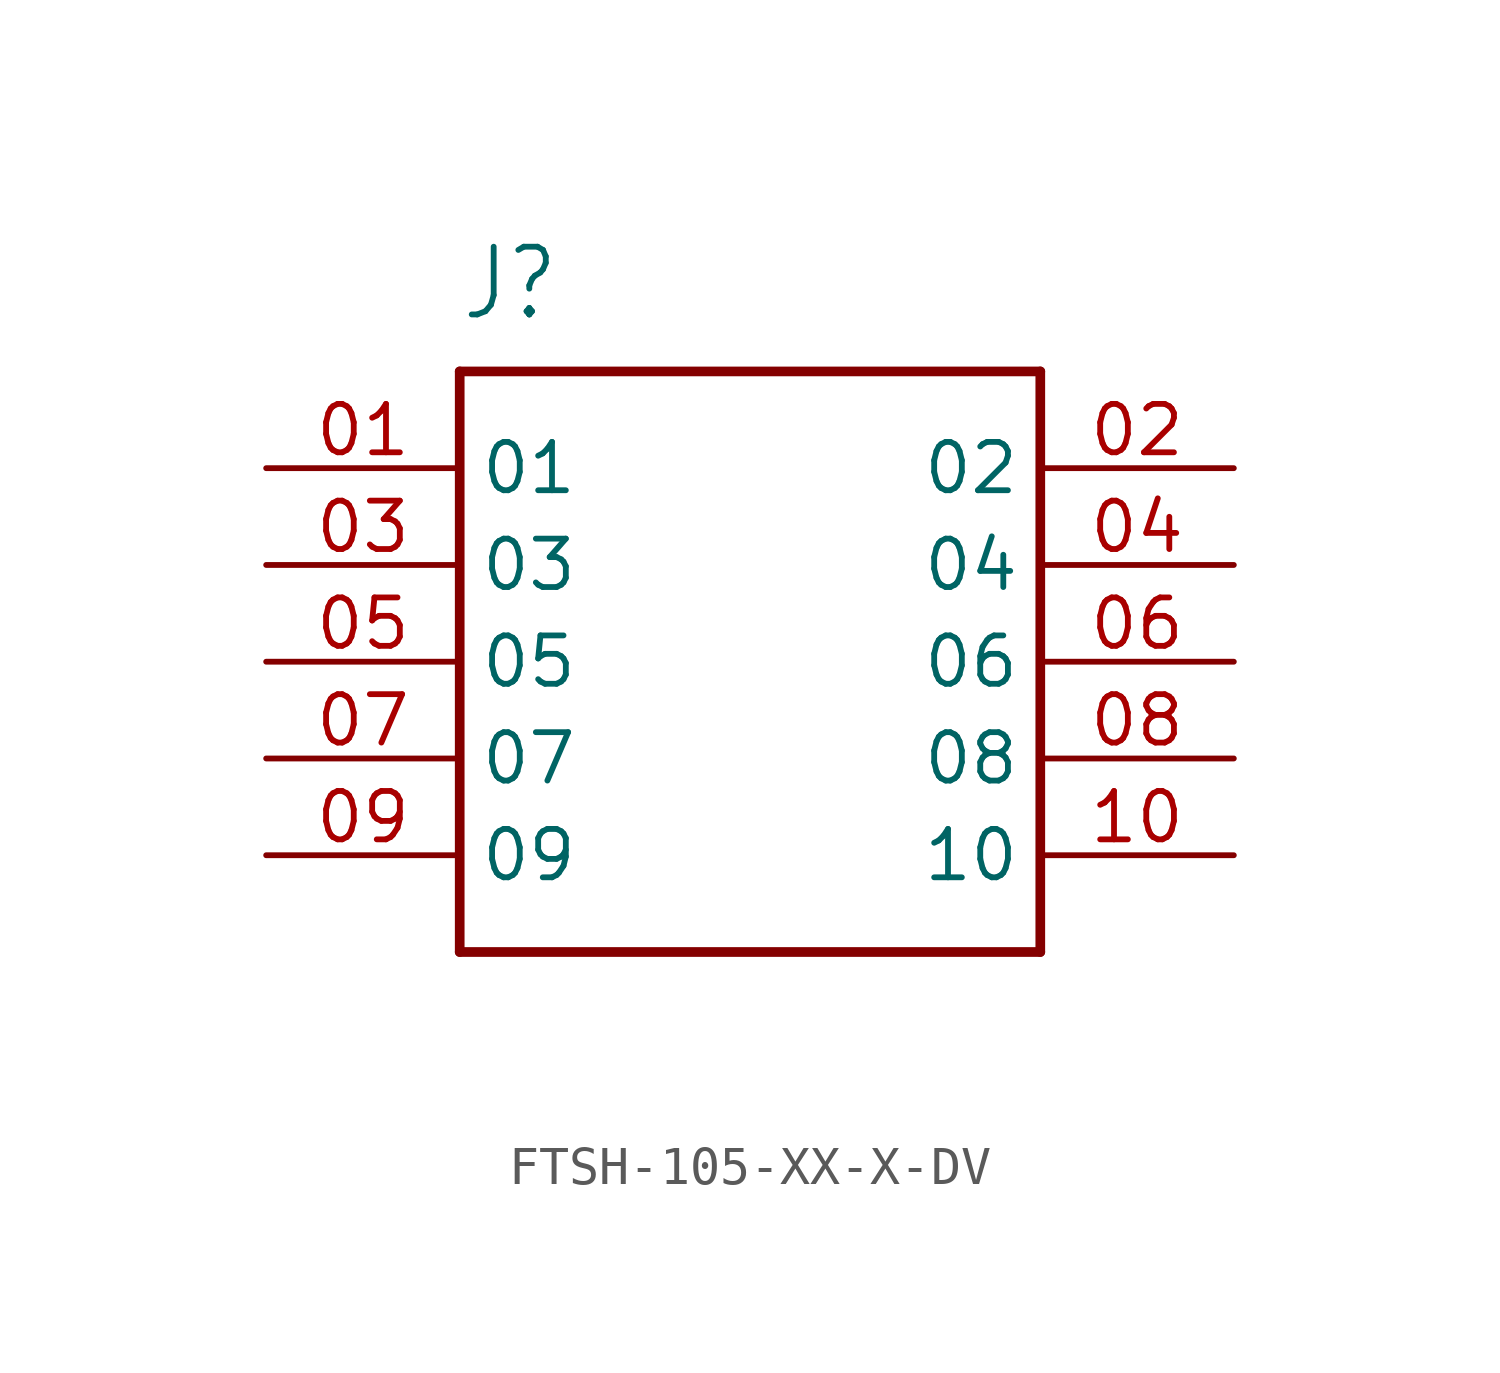
<source format=kicad_sym>
(kicad_symbol_lib
  (version 20231120)
  (generator "kicad_symbol_editor")
  (generator_version "8.0")
  (symbol "FTSH-105-XX-X-DV"
    (property "Reference" "J"
      (at -7.62 8.89 0)
      (effects (font (size 1.778 1.511)) (justify left bottom)))
    (property "Value" ""
      (at -7.62 -10.16 0)
      (effects (font (size 1.778 1.511)) (justify left bottom)))
    (property "ki_locked" ""
      (at 0 0 0)
      (effects (font (size 1.27 1.27))))
    (symbol "FTSH-105-XX-X-DV_1_0"
      (polyline (pts (xy -7.62 -7.62) (xy -7.62 7.62)) (stroke (width 0.254) (type solid)) (fill (type none)))
      (polyline (pts (xy -7.62 7.62) (xy 7.62 7.62)) (stroke (width 0.254) (type solid)) (fill (type none)))
      (polyline (pts (xy 7.62 -7.62) (xy -7.62 -7.62)) (stroke (width 0.254) (type solid)) (fill (type none)))
      (polyline (pts (xy 7.62 7.62) (xy 7.62 -7.62)) (stroke (width 0.254) (type solid)) (fill (type none)))
      (pin passive line (at -12.7 5.08 0) (length 5.08) (name "01" (effects (font (size 1.27 1.27)))) (number "01" (effects (font (size 1.27 1.27)))))
      (pin passive line (at 12.7 5.08 180) (length 5.08) (name "02" (effects (font (size 1.27 1.27)))) (number "02" (effects (font (size 1.27 1.27)))))
      (pin passive line (at -12.7 2.54 0) (length 5.08) (name "03" (effects (font (size 1.27 1.27)))) (number "03" (effects (font (size 1.27 1.27)))))
      (pin passive line (at 12.7 2.54 180) (length 5.08) (name "04" (effects (font (size 1.27 1.27)))) (number "04" (effects (font (size 1.27 1.27)))))
      (pin passive line (at -12.7 0 0) (length 5.08) (name "05" (effects (font (size 1.27 1.27)))) (number "05" (effects (font (size 1.27 1.27)))))
      (pin passive line (at 12.7 0 180) (length 5.08) (name "06" (effects (font (size 1.27 1.27)))) (number "06" (effects (font (size 1.27 1.27)))))
      (pin passive line (at -12.7 -2.54 0) (length 5.08) (name "07" (effects (font (size 1.27 1.27)))) (number "07" (effects (font (size 1.27 1.27)))))
      (pin passive line (at 12.7 -2.54 180) (length 5.08) (name "08" (effects (font (size 1.27 1.27)))) (number "08" (effects (font (size 1.27 1.27)))))
      (pin passive line (at -12.7 -5.08 0) (length 5.08) (name "09" (effects (font (size 1.27 1.27)))) (number "09" (effects (font (size 1.27 1.27)))))
      (pin passive line (at 12.7 -5.08 180) (length 5.08) (name "10" (effects (font (size 1.27 1.27)))) (number "10" (effects (font (size 1.27 1.27))))))))
</source>
